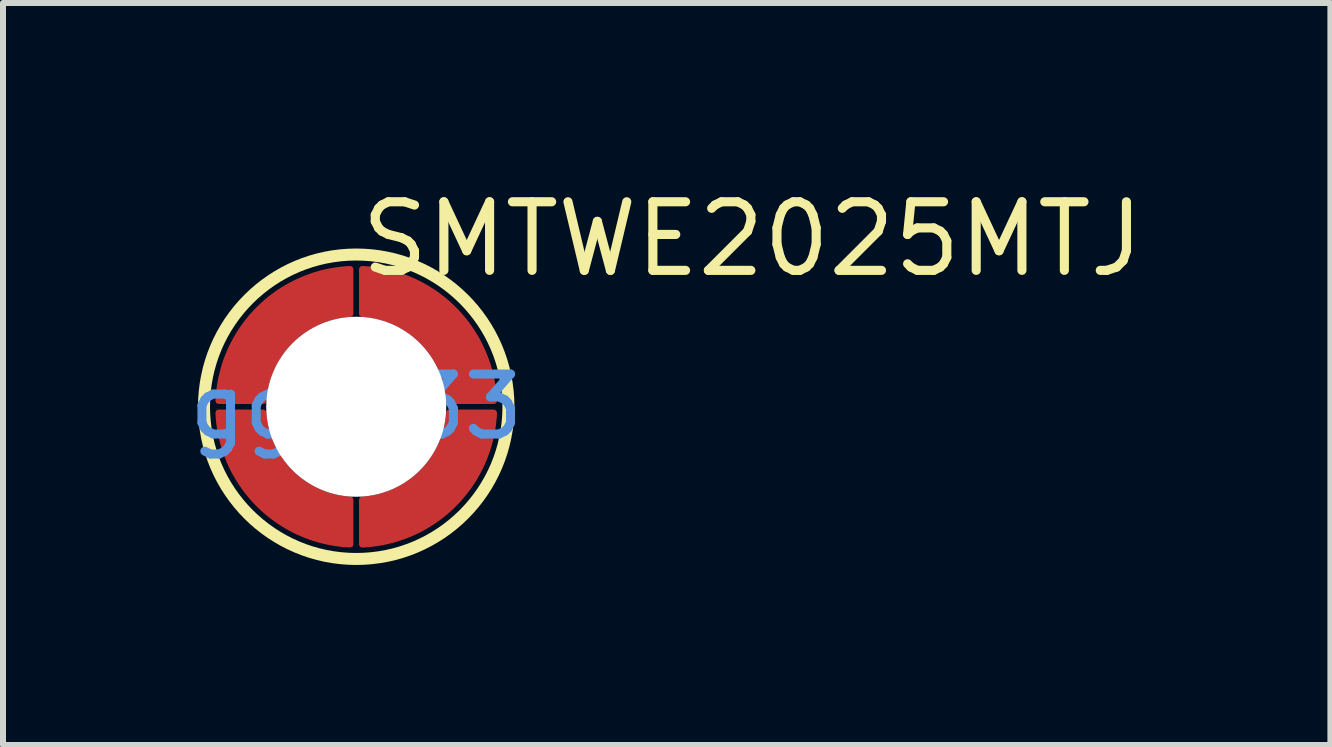
<source format=kicad_pcb>
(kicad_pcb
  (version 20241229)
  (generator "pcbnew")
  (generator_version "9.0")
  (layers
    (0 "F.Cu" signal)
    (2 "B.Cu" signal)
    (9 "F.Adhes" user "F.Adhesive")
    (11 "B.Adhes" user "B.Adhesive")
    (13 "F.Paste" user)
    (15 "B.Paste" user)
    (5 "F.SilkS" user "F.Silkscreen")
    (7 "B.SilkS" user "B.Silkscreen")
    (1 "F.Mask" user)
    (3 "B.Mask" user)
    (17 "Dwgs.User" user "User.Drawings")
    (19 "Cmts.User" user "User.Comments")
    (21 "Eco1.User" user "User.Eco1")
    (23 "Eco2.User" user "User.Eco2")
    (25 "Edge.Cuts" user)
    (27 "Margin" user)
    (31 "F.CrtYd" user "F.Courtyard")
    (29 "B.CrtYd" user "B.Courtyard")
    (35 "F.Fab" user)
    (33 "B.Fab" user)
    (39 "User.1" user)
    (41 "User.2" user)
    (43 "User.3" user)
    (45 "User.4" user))
  (footprint "SMTWE2025MTJ"
    (layer "F.Cu")
    (at 2.887 3.729)
    (property "Reference" "SMTWE2025MTJ" (at 0 -2.794 0) (layer "F.SilkS") (effects (font (size 1.143 1.143) (thickness 0.152)) (justify left)))
    (attr smd)
    (fp_circle (center 0 0) (end 2.537 0) (stroke (width 0.2) (type solid)) (fill no) (layer "F.SilkS"))
    (fp_circle (center -0.004 0.003) (end 0.696 0.003) (stroke (width 1.4) (type solid)) (fill no) (layer "Cmts.User"))
    (fp_text user "gge133" (at 0 0 0) (layer "Cmts.User") (effects (font (size 1 1) (thickness 0.15))))
    (pad "" np_thru_hole circle (at 0 0) (size 3 3) (drill 3) (layers "*.Cu" "*.Mask"))
    (pad "1" smd custom (at -1.473 -1.196 90) (size 0.5 0.5) (layers "F.Cu" "F.Mask" "F.Paste") (options (anchor circle)) (primitives (gr_poly (pts (xy -1.1 -0.824) (xy -1.1 -0.074) (xy -1.043 -0.069) (xy -0.986 -0.062) (xy -0.929 -0.053) (xy -0.872 -0.042) (xy -0.816 -0.029) (xy -0.761 -0.014) (xy -0.706 0.003) (xy -0.652 0.022) (xy -0.599 0.043) (xy -0.546 0.066) (xy -0.494 0.092) (xy -0.444 0.119) (xy -0.394 0.147) (xy -0.345 0.178) (xy -0.298 0.21) (xy -0.252 0.245) (xy -0.207 0.281) (xy -0.163 0.318) (xy -0.121 0.357) (xy -0.081 0.398) (xy -0.042 0.44) (xy -0.004 0.483) (xy 0.032 0.528) (xy 0.066 0.574) (xy 0.098 0.622) (xy 0.129 0.67) (xy 0.158 0.72) (xy 0.185 0.771) (xy 0.21 0.823) (xy 0.233 0.875) (xy 0.254 0.929) (xy 0.273 0.983) (xy 0.291 1.038) (xy 0.306 1.093) (xy 0.319 1.149) (xy 0.33 1.205) (xy 0.339 1.262) (xy 0.345 1.319) (xy 0.35 1.376) (xy 1.1 1.376) (xy 1.096 1.307) (xy 1.09 1.237) (xy 1.082 1.168) (xy 1.071 1.099) (xy 1.059 1.03) (xy 1.045 0.962) (xy 1.028 0.894) (xy 1.009 0.827) (xy 0.989 0.761) (xy 0.966 0.695) (xy 0.941 0.629) (xy 0.915 0.565) (xy 0.886 0.501) (xy 0.856 0.439) (xy 0.824 0.377) (xy 0.789 0.316) (xy 0.753 0.256) (xy 0.716 0.198) (xy 0.676 0.14) (xy 0.635 0.084) (xy 0.592 0.029) (xy 0.547 -0.024) (xy 0.501 -0.076) (xy 0.453 -0.127) (xy 0.404 -0.177) (xy 0.353 -0.224) (xy 0.301 -0.271) (xy 0.247 -0.315) (xy 0.192 -0.358) (xy 0.136 -0.399) (xy 0.079 -0.439) (xy 0.02 -0.477) (xy -0.04 -0.513) (xy -0.1 -0.547) (xy -0.162 -0.579) (xy -0.225 -0.61) (xy -0.289 -0.638) (xy -0.353 -0.665) (xy -0.418 -0.69) (xy -0.484 -0.712) (xy -0.551 -0.733) (xy -0.618 -0.751) (xy -0.686 -0.768) (xy -0.754 -0.783) (xy -0.823 -0.795) (xy -0.892 -0.805) (xy -0.961 -0.814) (xy -1.03 -0.82) (xy -1.1 -0.824)) (width 0.1) (fill yes))))
    (pad "1" smd custom (at -1.197 1.473 180) (size 0.5 0.5) (layers "F.Cu" "F.Mask" "F.Paste") (options (anchor circle)) (primitives (gr_poly (pts (xy -1.1 -0.823) (xy -1.1 -0.073) (xy -1.043 -0.069) (xy -0.986 -0.062) (xy -0.929 -0.053) (xy -0.873 -0.042) (xy -0.817 -0.029) (xy -0.761 -0.014) (xy -0.706 0.003) (xy -0.652 0.022) (xy -0.599 0.044) (xy -0.546 0.067) (xy -0.495 0.092) (xy -0.444 0.119) (xy -0.394 0.148) (xy -0.346 0.178) (xy -0.298 0.211) (xy -0.252 0.245) (xy -0.207 0.281) (xy -0.164 0.318) (xy -0.122 0.357) (xy -0.081 0.398) (xy -0.042 0.44) (xy -0.004 0.484) (xy 0.032 0.528) (xy 0.066 0.575) (xy 0.098 0.622) (xy 0.129 0.671) (xy 0.158 0.72) (xy 0.185 0.771) (xy 0.21 0.823) (xy 0.233 0.875) (xy 0.254 0.929) (xy 0.273 0.983) (xy 0.29 1.038) (xy 0.306 1.093) (xy 0.319 1.149) (xy 0.33 1.205) (xy 0.338 1.262) (xy 0.345 1.319) (xy 0.35 1.377) (xy 1.1 1.377) (xy 1.096 1.307) (xy 1.09 1.237) (xy 1.082 1.168) (xy 1.071 1.099) (xy 1.059 1.031) (xy 1.044 0.962) (xy 1.028 0.895) (xy 1.009 0.827) (xy 0.989 0.761) (xy 0.966 0.695) (xy 0.941 0.63) (xy 0.915 0.565) (xy 0.886 0.502) (xy 0.856 0.439) (xy 0.823 0.377) (xy 0.789 0.316) (xy 0.753 0.257) (xy 0.715 0.198) (xy 0.676 0.141) (xy 0.634 0.084) (xy 0.591 0.03) (xy 0.547 -0.024) (xy 0.501 -0.076) (xy 0.453 -0.127) (xy 0.404 -0.176) (xy 0.353 -0.224) (xy 0.301 -0.27) (xy 0.247 -0.315) (xy 0.192 -0.358) (xy 0.136 -0.399) (xy 0.078 -0.439) (xy 0.02 -0.477) (xy -0.04 -0.513) (xy -0.101 -0.547) (xy -0.162 -0.579) (xy -0.225 -0.61) (xy -0.289 -0.638) (xy -0.353 -0.665) (xy -0.418 -0.689) (xy -0.484 -0.712) (xy -0.551 -0.733) (xy -0.618 -0.751) (xy -0.686 -0.768) (xy -0.754 -0.782) (xy -0.823 -0.795) (xy -0.892 -0.805) (xy -0.961 -0.813) (xy -1.03 -0.819) (xy -1.1 -0.823)) (width 0.1) (fill yes))))
    (pad "1" smd custom (at 1.196 -1.473) (size 0.5 0.5) (layers "F.Cu" "F.Mask" "F.Paste") (options (anchor circle)) (primitives (gr_poly (pts (xy -1.1 -0.823) (xy -1.1 -0.073) (xy -1.043 -0.069) (xy -0.986 -0.062) (xy -0.929 -0.053) (xy -0.872 -0.042) (xy -0.816 -0.029) (xy -0.761 -0.014) (xy -0.706 0.003) (xy -0.652 0.022) (xy -0.599 0.044) (xy -0.546 0.067) (xy -0.494 0.092) (xy -0.444 0.119) (xy -0.394 0.148) (xy -0.345 0.178) (xy -0.298 0.211) (xy -0.252 0.245) (xy -0.207 0.281) (xy -0.163 0.318) (xy -0.121 0.357) (xy -0.081 0.398) (xy -0.042 0.44) (xy -0.004 0.484) (xy 0.032 0.528) (xy 0.066 0.575) (xy 0.098 0.622) (xy 0.129 0.671) (xy 0.158 0.72) (xy 0.185 0.771) (xy 0.21 0.823) (xy 0.233 0.875) (xy 0.254 0.929) (xy 0.273 0.983) (xy 0.291 1.038) (xy 0.306 1.093) (xy 0.319 1.149) (xy 0.33 1.205) (xy 0.339 1.262) (xy 0.345 1.319) (xy 0.35 1.377) (xy 1.1 1.377) (xy 1.096 1.307) (xy 1.09 1.237) (xy 1.082 1.168) (xy 1.071 1.099) (xy 1.059 1.031) (xy 1.044 0.962) (xy 1.028 0.895) (xy 1.009 0.827) (xy 0.989 0.761) (xy 0.966 0.695) (xy 0.941 0.63) (xy 0.915 0.565) (xy 0.886 0.502) (xy 0.856 0.439) (xy 0.824 0.377) (xy 0.789 0.316) (xy 0.753 0.257) (xy 0.715 0.198) (xy 0.676 0.141) (xy 0.635 0.084) (xy 0.592 0.03) (xy 0.547 -0.024) (xy 0.501 -0.076) (xy 0.453 -0.127) (xy 0.404 -0.176) (xy 0.353 -0.224) (xy 0.301 -0.27) (xy 0.247 -0.315) (xy 0.192 -0.358) (xy 0.136 -0.399) (xy 0.079 -0.439) (xy 0.02 -0.477) (xy -0.04 -0.513) (xy -0.1 -0.547) (xy -0.162 -0.579) (xy -0.225 -0.61) (xy -0.289 -0.638) (xy -0.353 -0.665) (xy -0.418 -0.689) (xy -0.484 -0.712) (xy -0.551 -0.733) (xy -0.618 -0.751) (xy -0.686 -0.768) (xy -0.754 -0.782) (xy -0.823 -0.795) (xy -0.892 -0.805) (xy -0.961 -0.813) (xy -1.03 -0.819) (xy -1.1 -0.823)) (width 0.1) (fill yes))))
    (pad "1" smd custom (at 1.473 1.197 270) (size 0.5 0.5) (layers "F.Cu" "F.Mask" "F.Paste") (options (anchor circle)) (primitives (gr_poly (pts (xy -1.1 -0.823) (xy -1.1 -0.073) (xy -1.043 -0.069) (xy -0.986 -0.062) (xy -0.929 -0.053) (xy -0.873 -0.042) (xy -0.817 -0.029) (xy -0.761 -0.014) (xy -0.706 0.003) (xy -0.652 0.022) (xy -0.599 0.044) (xy -0.546 0.067) (xy -0.495 0.092) (xy -0.444 0.119) (xy -0.394 0.148) (xy -0.346 0.178) (xy -0.298 0.211) (xy -0.252 0.245) (xy -0.207 0.281) (xy -0.164 0.318) (xy -0.122 0.357) (xy -0.081 0.398) (xy -0.042 0.44) (xy -0.004 0.484) (xy 0.031 0.528) (xy 0.066 0.575) (xy 0.098 0.622) (xy 0.129 0.671) (xy 0.158 0.72) (xy 0.185 0.771) (xy 0.21 0.823) (xy 0.233 0.875) (xy 0.254 0.929) (xy 0.273 0.983) (xy 0.29 1.038) (xy 0.305 1.093) (xy 0.319 1.149) (xy 0.33 1.205) (xy 0.338 1.262) (xy 0.345 1.319) (xy 0.35 1.377) (xy 1.1 1.377) (xy 1.096 1.307) (xy 1.09 1.237) (xy 1.081 1.168) (xy 1.071 1.099) (xy 1.059 1.031) (xy 1.044 0.962) (xy 1.028 0.895) (xy 1.009 0.827) (xy 0.988 0.761) (xy 0.966 0.695) (xy 0.941 0.63) (xy 0.915 0.565) (xy 0.886 0.502) (xy 0.856 0.439) (xy 0.823 0.377) (xy 0.789 0.316) (xy 0.753 0.257) (xy 0.715 0.198) (xy 0.676 0.141) (xy 0.634 0.084) (xy 0.591 0.029) (xy 0.547 -0.024) (xy 0.501 -0.076) (xy 0.453 -0.127) (xy 0.403 -0.176) (xy 0.353 -0.224) (xy 0.3 -0.27) (xy 0.247 -0.315) (xy 0.192 -0.358) (xy 0.136 -0.399) (xy 0.078 -0.439) (xy 0.02 -0.477) (xy -0.04 -0.513) (xy -0.101 -0.547) (xy -0.162 -0.579) (xy -0.225 -0.61) (xy -0.289 -0.638) (xy -0.353 -0.665) (xy -0.419 -0.689) (xy -0.484 -0.712) (xy -0.551 -0.733) (xy -0.618 -0.751) (xy -0.686 -0.768) (xy -0.754 -0.782) (xy -0.823 -0.795) (xy -0.892 -0.805) (xy -0.961 -0.813) (xy -1.031 -0.82) (xy -1.1 -0.823)) (width 0.1) (fill yes)))))
  (gr_rect
    (start -3 -3)
    (end 19.123 9.366)
    (stroke (width 0.1) (type default))
    (fill no)
    (layer "Edge.Cuts")))
</source>
